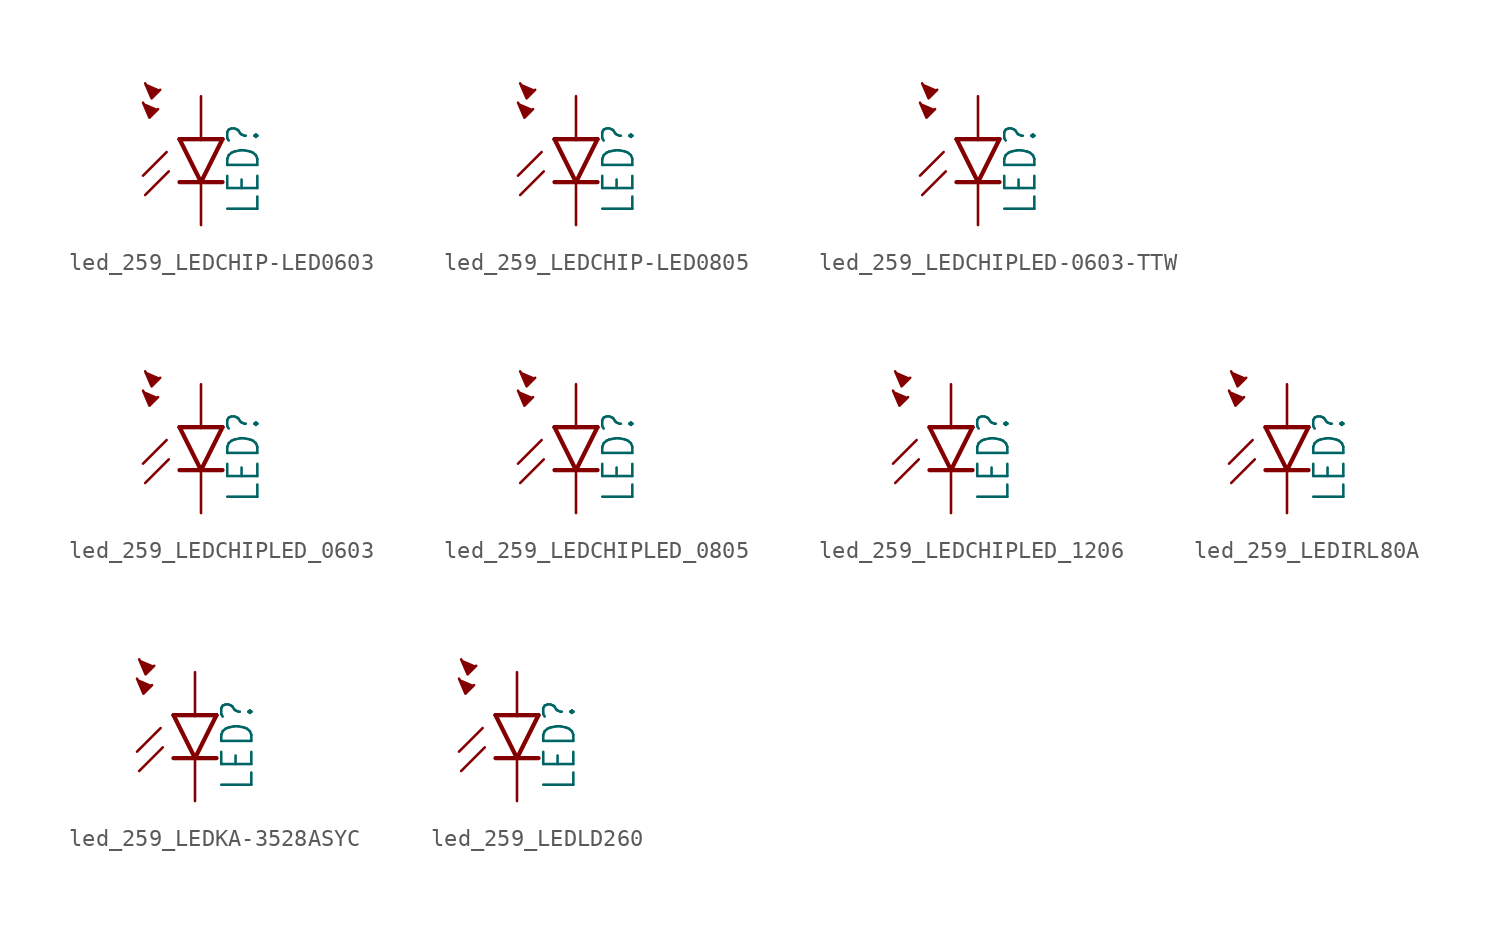
<source format=kicad_sym>
(kicad_symbol_lib
  (version 20241209)
  (generator "kicad_symbol_editor")
  (generator_version "9.0")
  (symbol "led_259_LEDCHIP-LED0603"
    (property "Reference" "LED"
      (at 3.556 -4.572 90)
      (effects (font (size 1.778 1.511)) (justify left bottom)))
    (property "Value" ""
      (at 5.715 -4.572 90)
      (effects (font (size 1.778 1.511)) (justify left bottom)))
    (property "ki_locked" ""
      (at 0 0 0)
      (effects (font (size 1.27 1.27))))
    (symbol "led_259_LEDCHIP-LED0603_1_0"
      (polyline (pts (xy -3.429 2.159) (xy -3.048 1.27) (xy -2.54 1.778)) (stroke (width 0.152) (type solid)) (fill (type outline)))
      (polyline (pts (xy -3.302 3.302) (xy -2.921 2.413) (xy -2.413 2.921)) (stroke (width 0.152) (type solid)) (fill (type outline)))
      (polyline (pts (xy -2.032 -0.762) (xy -3.429 -2.159)) (stroke (width 0.152) (type solid)) (fill (type none)))
      (polyline (pts (xy -1.905 -1.905) (xy -3.302 -3.302)) (stroke (width 0.152) (type solid)) (fill (type none)))
      (polyline (pts (xy 0 0) (xy -1.27 0)) (stroke (width 0.254) (type solid)) (fill (type none)))
      (polyline (pts (xy 0 -2.54) (xy -1.27 0)) (stroke (width 0.254) (type solid)) (fill (type none)))
      (polyline (pts (xy 0 -2.54) (xy -1.27 -2.54)) (stroke (width 0.254) (type solid)) (fill (type none)))
      (polyline (pts (xy 1.27 0) (xy 0 0)) (stroke (width 0.254) (type solid)) (fill (type none)))
      (polyline (pts (xy 1.27 0) (xy 0 -2.54)) (stroke (width 0.254) (type solid)) (fill (type none)))
      (polyline (pts (xy 1.27 -2.54) (xy 0 -2.54)) (stroke (width 0.254) (type solid)) (fill (type none)))
      (pin passive line (at 0 2.54 270) (length 2.54) (name "A" (effects (font (size 0 0)))) (number "A" (effects (font (size 0 0)))))
      (pin passive line (at 0 -5.08 90) (length 2.54) (name "C" (effects (font (size 0 0)))) (number "C" (effects (font (size 0 0)))))))
  (symbol "led_259_LEDCHIP-LED0805"
    (property "Reference" "LED"
      (at 3.556 -4.572 90)
      (effects (font (size 1.778 1.511)) (justify left bottom)))
    (property "Value" ""
      (at 5.715 -4.572 90)
      (effects (font (size 1.778 1.511)) (justify left bottom)))
    (property "ki_locked" ""
      (at 0 0 0)
      (effects (font (size 1.27 1.27))))
    (symbol "led_259_LEDCHIP-LED0805_1_0"
      (polyline (pts (xy -3.429 2.159) (xy -3.048 1.27) (xy -2.54 1.778)) (stroke (width 0.152) (type solid)) (fill (type outline)))
      (polyline (pts (xy -3.302 3.302) (xy -2.921 2.413) (xy -2.413 2.921)) (stroke (width 0.152) (type solid)) (fill (type outline)))
      (polyline (pts (xy -2.032 -0.762) (xy -3.429 -2.159)) (stroke (width 0.152) (type solid)) (fill (type none)))
      (polyline (pts (xy -1.905 -1.905) (xy -3.302 -3.302)) (stroke (width 0.152) (type solid)) (fill (type none)))
      (polyline (pts (xy 0 0) (xy -1.27 0)) (stroke (width 0.254) (type solid)) (fill (type none)))
      (polyline (pts (xy 0 -2.54) (xy -1.27 0)) (stroke (width 0.254) (type solid)) (fill (type none)))
      (polyline (pts (xy 0 -2.54) (xy -1.27 -2.54)) (stroke (width 0.254) (type solid)) (fill (type none)))
      (polyline (pts (xy 1.27 0) (xy 0 0)) (stroke (width 0.254) (type solid)) (fill (type none)))
      (polyline (pts (xy 1.27 0) (xy 0 -2.54)) (stroke (width 0.254) (type solid)) (fill (type none)))
      (polyline (pts (xy 1.27 -2.54) (xy 0 -2.54)) (stroke (width 0.254) (type solid)) (fill (type none)))
      (pin passive line (at 0 2.54 270) (length 2.54) (name "A" (effects (font (size 0 0)))) (number "A" (effects (font (size 0 0)))))
      (pin passive line (at 0 -5.08 90) (length 2.54) (name "C" (effects (font (size 0 0)))) (number "C" (effects (font (size 0 0)))))))
  (symbol "led_259_LEDCHIPLED-0603-TTW"
    (property "Reference" "LED"
      (at 3.556 -4.572 90)
      (effects (font (size 1.778 1.511)) (justify left bottom)))
    (property "Value" ""
      (at 5.715 -4.572 90)
      (effects (font (size 1.778 1.511)) (justify left bottom)))
    (property "ki_locked" ""
      (at 0 0 0)
      (effects (font (size 1.27 1.27))))
    (symbol "led_259_LEDCHIPLED-0603-TTW_1_0"
      (polyline (pts (xy -3.429 2.159) (xy -3.048 1.27) (xy -2.54 1.778)) (stroke (width 0.152) (type solid)) (fill (type outline)))
      (polyline (pts (xy -3.302 3.302) (xy -2.921 2.413) (xy -2.413 2.921)) (stroke (width 0.152) (type solid)) (fill (type outline)))
      (polyline (pts (xy -2.032 -0.762) (xy -3.429 -2.159)) (stroke (width 0.152) (type solid)) (fill (type none)))
      (polyline (pts (xy -1.905 -1.905) (xy -3.302 -3.302)) (stroke (width 0.152) (type solid)) (fill (type none)))
      (polyline (pts (xy 0 0) (xy -1.27 0)) (stroke (width 0.254) (type solid)) (fill (type none)))
      (polyline (pts (xy 0 -2.54) (xy -1.27 0)) (stroke (width 0.254) (type solid)) (fill (type none)))
      (polyline (pts (xy 0 -2.54) (xy -1.27 -2.54)) (stroke (width 0.254) (type solid)) (fill (type none)))
      (polyline (pts (xy 1.27 0) (xy 0 0)) (stroke (width 0.254) (type solid)) (fill (type none)))
      (polyline (pts (xy 1.27 0) (xy 0 -2.54)) (stroke (width 0.254) (type solid)) (fill (type none)))
      (polyline (pts (xy 1.27 -2.54) (xy 0 -2.54)) (stroke (width 0.254) (type solid)) (fill (type none)))
      (pin passive line (at 0 2.54 270) (length 2.54) (name "A" (effects (font (size 0 0)))) (number "A@1" (effects (font (size 0 0)))))
      (pin passive line (at 0 -5.08 90) (length 2.54) (name "C" (effects (font (size 0 0)))) (number "C@1" (effects (font (size 0 0)))))))
  (symbol "led_259_LEDCHIPLED_0603"
    (property "Reference" "LED"
      (at 3.556 -4.572 90)
      (effects (font (size 1.778 1.511)) (justify left bottom)))
    (property "Value" ""
      (at 5.715 -4.572 90)
      (effects (font (size 1.778 1.511)) (justify left bottom)))
    (property "ki_locked" ""
      (at 0 0 0)
      (effects (font (size 1.27 1.27))))
    (symbol "led_259_LEDCHIPLED_0603_1_0"
      (polyline (pts (xy -3.429 2.159) (xy -3.048 1.27) (xy -2.54 1.778)) (stroke (width 0.152) (type solid)) (fill (type outline)))
      (polyline (pts (xy -3.302 3.302) (xy -2.921 2.413) (xy -2.413 2.921)) (stroke (width 0.152) (type solid)) (fill (type outline)))
      (polyline (pts (xy -2.032 -0.762) (xy -3.429 -2.159)) (stroke (width 0.152) (type solid)) (fill (type none)))
      (polyline (pts (xy -1.905 -1.905) (xy -3.302 -3.302)) (stroke (width 0.152) (type solid)) (fill (type none)))
      (polyline (pts (xy 0 0) (xy -1.27 0)) (stroke (width 0.254) (type solid)) (fill (type none)))
      (polyline (pts (xy 0 -2.54) (xy -1.27 0)) (stroke (width 0.254) (type solid)) (fill (type none)))
      (polyline (pts (xy 0 -2.54) (xy -1.27 -2.54)) (stroke (width 0.254) (type solid)) (fill (type none)))
      (polyline (pts (xy 1.27 0) (xy 0 0)) (stroke (width 0.254) (type solid)) (fill (type none)))
      (polyline (pts (xy 1.27 0) (xy 0 -2.54)) (stroke (width 0.254) (type solid)) (fill (type none)))
      (polyline (pts (xy 1.27 -2.54) (xy 0 -2.54)) (stroke (width 0.254) (type solid)) (fill (type none)))
      (pin passive line (at 0 2.54 270) (length 2.54) (name "A" (effects (font (size 0 0)))) (number "A" (effects (font (size 0 0)))))
      (pin passive line (at 0 -5.08 90) (length 2.54) (name "C" (effects (font (size 0 0)))) (number "C" (effects (font (size 0 0)))))))
  (symbol "led_259_LEDCHIPLED_0805"
    (property "Reference" "LED"
      (at 3.556 -4.572 90)
      (effects (font (size 1.778 1.511)) (justify left bottom)))
    (property "Value" ""
      (at 5.715 -4.572 90)
      (effects (font (size 1.778 1.511)) (justify left bottom)))
    (property "ki_locked" ""
      (at 0 0 0)
      (effects (font (size 1.27 1.27))))
    (symbol "led_259_LEDCHIPLED_0805_1_0"
      (polyline (pts (xy -3.429 2.159) (xy -3.048 1.27) (xy -2.54 1.778)) (stroke (width 0.152) (type solid)) (fill (type outline)))
      (polyline (pts (xy -3.302 3.302) (xy -2.921 2.413) (xy -2.413 2.921)) (stroke (width 0.152) (type solid)) (fill (type outline)))
      (polyline (pts (xy -2.032 -0.762) (xy -3.429 -2.159)) (stroke (width 0.152) (type solid)) (fill (type none)))
      (polyline (pts (xy -1.905 -1.905) (xy -3.302 -3.302)) (stroke (width 0.152) (type solid)) (fill (type none)))
      (polyline (pts (xy 0 0) (xy -1.27 0)) (stroke (width 0.254) (type solid)) (fill (type none)))
      (polyline (pts (xy 0 -2.54) (xy -1.27 0)) (stroke (width 0.254) (type solid)) (fill (type none)))
      (polyline (pts (xy 0 -2.54) (xy -1.27 -2.54)) (stroke (width 0.254) (type solid)) (fill (type none)))
      (polyline (pts (xy 1.27 0) (xy 0 0)) (stroke (width 0.254) (type solid)) (fill (type none)))
      (polyline (pts (xy 1.27 0) (xy 0 -2.54)) (stroke (width 0.254) (type solid)) (fill (type none)))
      (polyline (pts (xy 1.27 -2.54) (xy 0 -2.54)) (stroke (width 0.254) (type solid)) (fill (type none)))
      (pin passive line (at 0 2.54 270) (length 2.54) (name "A" (effects (font (size 0 0)))) (number "A" (effects (font (size 0 0)))))
      (pin passive line (at 0 -5.08 90) (length 2.54) (name "C" (effects (font (size 0 0)))) (number "C" (effects (font (size 0 0)))))))
  (symbol "led_259_LEDCHIPLED_1206"
    (property "Reference" "LED"
      (at 3.556 -4.572 90)
      (effects (font (size 1.778 1.511)) (justify left bottom)))
    (property "Value" ""
      (at 5.715 -4.572 90)
      (effects (font (size 1.778 1.511)) (justify left bottom)))
    (property "ki_locked" ""
      (at 0 0 0)
      (effects (font (size 1.27 1.27))))
    (symbol "led_259_LEDCHIPLED_1206_1_0"
      (polyline (pts (xy -3.429 2.159) (xy -3.048 1.27) (xy -2.54 1.778)) (stroke (width 0.152) (type solid)) (fill (type outline)))
      (polyline (pts (xy -3.302 3.302) (xy -2.921 2.413) (xy -2.413 2.921)) (stroke (width 0.152) (type solid)) (fill (type outline)))
      (polyline (pts (xy -2.032 -0.762) (xy -3.429 -2.159)) (stroke (width 0.152) (type solid)) (fill (type none)))
      (polyline (pts (xy -1.905 -1.905) (xy -3.302 -3.302)) (stroke (width 0.152) (type solid)) (fill (type none)))
      (polyline (pts (xy 0 0) (xy -1.27 0)) (stroke (width 0.254) (type solid)) (fill (type none)))
      (polyline (pts (xy 0 -2.54) (xy -1.27 0)) (stroke (width 0.254) (type solid)) (fill (type none)))
      (polyline (pts (xy 0 -2.54) (xy -1.27 -2.54)) (stroke (width 0.254) (type solid)) (fill (type none)))
      (polyline (pts (xy 1.27 0) (xy 0 0)) (stroke (width 0.254) (type solid)) (fill (type none)))
      (polyline (pts (xy 1.27 0) (xy 0 -2.54)) (stroke (width 0.254) (type solid)) (fill (type none)))
      (polyline (pts (xy 1.27 -2.54) (xy 0 -2.54)) (stroke (width 0.254) (type solid)) (fill (type none)))
      (pin passive line (at 0 2.54 270) (length 2.54) (name "A" (effects (font (size 0 0)))) (number "A" (effects (font (size 0 0)))))
      (pin passive line (at 0 -5.08 90) (length 2.54) (name "C" (effects (font (size 0 0)))) (number "C" (effects (font (size 0 0)))))))
  (symbol "led_259_LEDIRL80A"
    (property "Reference" "LED"
      (at 3.556 -4.572 90)
      (effects (font (size 1.778 1.511)) (justify left bottom)))
    (property "Value" ""
      (at 5.715 -4.572 90)
      (effects (font (size 1.778 1.511)) (justify left bottom)))
    (property "ki_locked" ""
      (at 0 0 0)
      (effects (font (size 1.27 1.27))))
    (symbol "led_259_LEDIRL80A_1_0"
      (polyline (pts (xy -3.429 2.159) (xy -3.048 1.27) (xy -2.54 1.778)) (stroke (width 0.152) (type solid)) (fill (type outline)))
      (polyline (pts (xy -3.302 3.302) (xy -2.921 2.413) (xy -2.413 2.921)) (stroke (width 0.152) (type solid)) (fill (type outline)))
      (polyline (pts (xy -2.032 -0.762) (xy -3.429 -2.159)) (stroke (width 0.152) (type solid)) (fill (type none)))
      (polyline (pts (xy -1.905 -1.905) (xy -3.302 -3.302)) (stroke (width 0.152) (type solid)) (fill (type none)))
      (polyline (pts (xy 0 0) (xy -1.27 0)) (stroke (width 0.254) (type solid)) (fill (type none)))
      (polyline (pts (xy 0 -2.54) (xy -1.27 0)) (stroke (width 0.254) (type solid)) (fill (type none)))
      (polyline (pts (xy 0 -2.54) (xy -1.27 -2.54)) (stroke (width 0.254) (type solid)) (fill (type none)))
      (polyline (pts (xy 1.27 0) (xy 0 0)) (stroke (width 0.254) (type solid)) (fill (type none)))
      (polyline (pts (xy 1.27 0) (xy 0 -2.54)) (stroke (width 0.254) (type solid)) (fill (type none)))
      (polyline (pts (xy 1.27 -2.54) (xy 0 -2.54)) (stroke (width 0.254) (type solid)) (fill (type none)))
      (pin passive line (at 0 2.54 270) (length 2.54) (name "A" (effects (font (size 0 0)))) (number "A" (effects (font (size 0 0)))))
      (pin passive line (at 0 -5.08 90) (length 2.54) (name "C" (effects (font (size 0 0)))) (number "K" (effects (font (size 0 0)))))))
  (symbol "led_259_LEDKA-3528ASYC"
    (property "Reference" "LED"
      (at 3.556 -4.572 90)
      (effects (font (size 1.778 1.511)) (justify left bottom)))
    (property "Value" ""
      (at 5.715 -4.572 90)
      (effects (font (size 1.778 1.511)) (justify left bottom)))
    (property "ki_locked" ""
      (at 0 0 0)
      (effects (font (size 1.27 1.27))))
    (symbol "led_259_LEDKA-3528ASYC_1_0"
      (polyline (pts (xy -3.429 2.159) (xy -3.048 1.27) (xy -2.54 1.778)) (stroke (width 0.152) (type solid)) (fill (type outline)))
      (polyline (pts (xy -3.302 3.302) (xy -2.921 2.413) (xy -2.413 2.921)) (stroke (width 0.152) (type solid)) (fill (type outline)))
      (polyline (pts (xy -2.032 -0.762) (xy -3.429 -2.159)) (stroke (width 0.152) (type solid)) (fill (type none)))
      (polyline (pts (xy -1.905 -1.905) (xy -3.302 -3.302)) (stroke (width 0.152) (type solid)) (fill (type none)))
      (polyline (pts (xy 0 0) (xy -1.27 0)) (stroke (width 0.254) (type solid)) (fill (type none)))
      (polyline (pts (xy 0 -2.54) (xy -1.27 0)) (stroke (width 0.254) (type solid)) (fill (type none)))
      (polyline (pts (xy 0 -2.54) (xy -1.27 -2.54)) (stroke (width 0.254) (type solid)) (fill (type none)))
      (polyline (pts (xy 1.27 0) (xy 0 0)) (stroke (width 0.254) (type solid)) (fill (type none)))
      (polyline (pts (xy 1.27 0) (xy 0 -2.54)) (stroke (width 0.254) (type solid)) (fill (type none)))
      (polyline (pts (xy 1.27 -2.54) (xy 0 -2.54)) (stroke (width 0.254) (type solid)) (fill (type none)))
      (pin passive line (at 0 2.54 270) (length 2.54) (name "A" (effects (font (size 0 0)))) (number "A" (effects (font (size 0 0)))))
      (pin passive line (at 0 -5.08 90) (length 2.54) (name "C" (effects (font (size 0 0)))) (number "C" (effects (font (size 0 0)))))))
  (symbol "led_259_LEDLD260"
    (property "Reference" "LED"
      (at 3.556 -4.572 90)
      (effects (font (size 1.778 1.511)) (justify left bottom)))
    (property "Value" ""
      (at 5.715 -4.572 90)
      (effects (font (size 1.778 1.511)) (justify left bottom)))
    (property "ki_locked" ""
      (at 0 0 0)
      (effects (font (size 1.27 1.27))))
    (symbol "led_259_LEDLD260_1_0"
      (polyline (pts (xy -3.429 2.159) (xy -3.048 1.27) (xy -2.54 1.778)) (stroke (width 0.152) (type solid)) (fill (type outline)))
      (polyline (pts (xy -3.302 3.302) (xy -2.921 2.413) (xy -2.413 2.921)) (stroke (width 0.152) (type solid)) (fill (type outline)))
      (polyline (pts (xy -2.032 -0.762) (xy -3.429 -2.159)) (stroke (width 0.152) (type solid)) (fill (type none)))
      (polyline (pts (xy -1.905 -1.905) (xy -3.302 -3.302)) (stroke (width 0.152) (type solid)) (fill (type none)))
      (polyline (pts (xy 0 0) (xy -1.27 0)) (stroke (width 0.254) (type solid)) (fill (type none)))
      (polyline (pts (xy 0 -2.54) (xy -1.27 0)) (stroke (width 0.254) (type solid)) (fill (type none)))
      (polyline (pts (xy 0 -2.54) (xy -1.27 -2.54)) (stroke (width 0.254) (type solid)) (fill (type none)))
      (polyline (pts (xy 1.27 0) (xy 0 0)) (stroke (width 0.254) (type solid)) (fill (type none)))
      (polyline (pts (xy 1.27 0) (xy 0 -2.54)) (stroke (width 0.254) (type solid)) (fill (type none)))
      (polyline (pts (xy 1.27 -2.54) (xy 0 -2.54)) (stroke (width 0.254) (type solid)) (fill (type none)))
      (pin passive line (at 0 2.54 270) (length 2.54) (name "A" (effects (font (size 0 0)))) (number "A" (effects (font (size 0 0)))))
      (pin passive line (at 0 -5.08 90) (length 2.54) (name "C" (effects (font (size 0 0)))) (number "K" (effects (font (size 0 0))))))))
</source>
